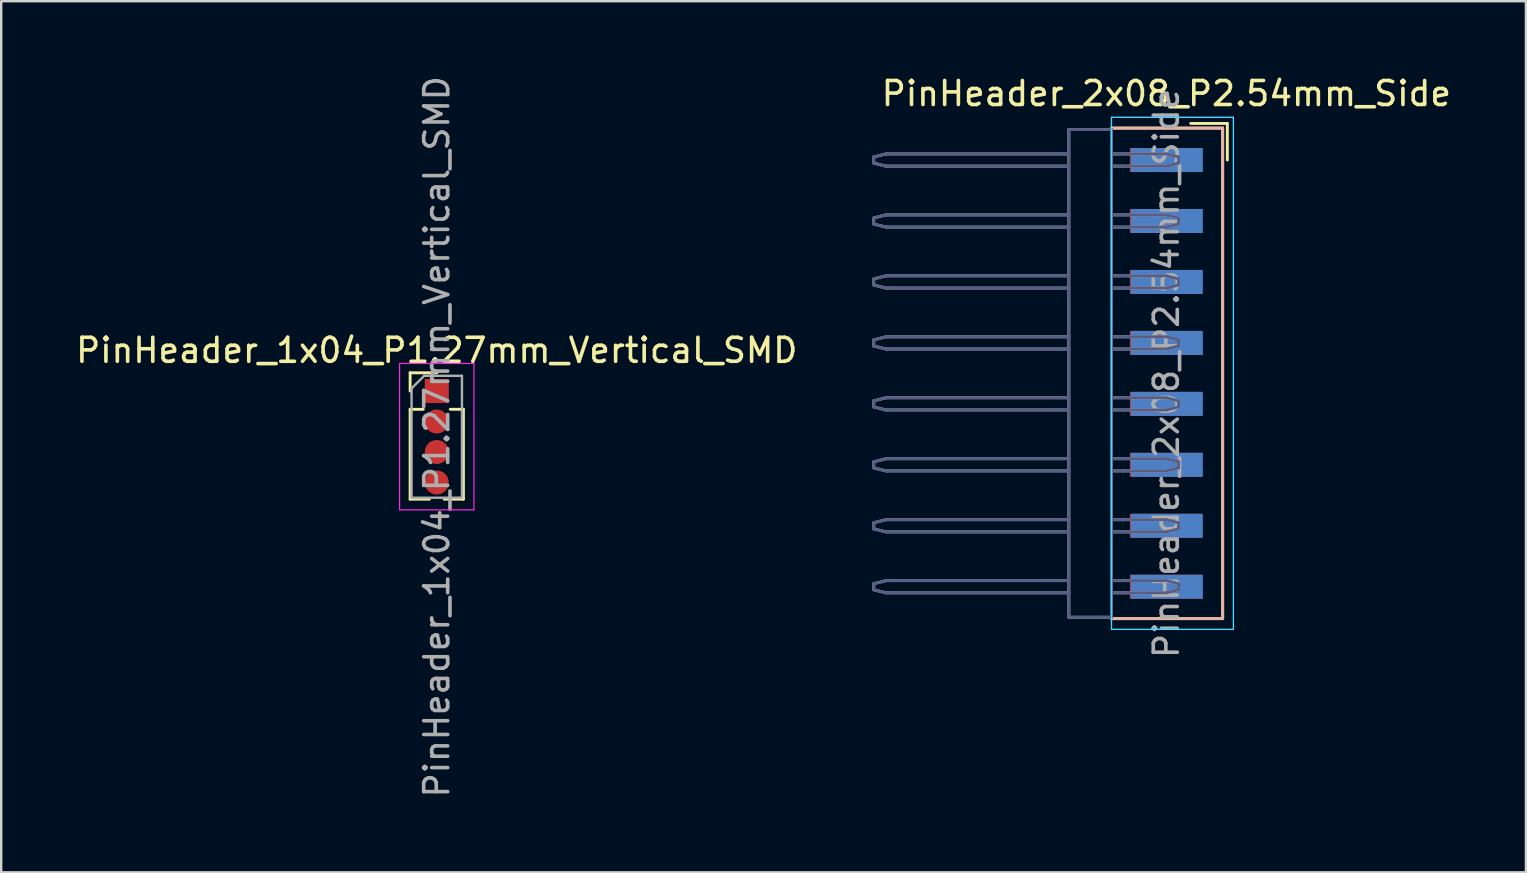
<source format=kicad_pcb>
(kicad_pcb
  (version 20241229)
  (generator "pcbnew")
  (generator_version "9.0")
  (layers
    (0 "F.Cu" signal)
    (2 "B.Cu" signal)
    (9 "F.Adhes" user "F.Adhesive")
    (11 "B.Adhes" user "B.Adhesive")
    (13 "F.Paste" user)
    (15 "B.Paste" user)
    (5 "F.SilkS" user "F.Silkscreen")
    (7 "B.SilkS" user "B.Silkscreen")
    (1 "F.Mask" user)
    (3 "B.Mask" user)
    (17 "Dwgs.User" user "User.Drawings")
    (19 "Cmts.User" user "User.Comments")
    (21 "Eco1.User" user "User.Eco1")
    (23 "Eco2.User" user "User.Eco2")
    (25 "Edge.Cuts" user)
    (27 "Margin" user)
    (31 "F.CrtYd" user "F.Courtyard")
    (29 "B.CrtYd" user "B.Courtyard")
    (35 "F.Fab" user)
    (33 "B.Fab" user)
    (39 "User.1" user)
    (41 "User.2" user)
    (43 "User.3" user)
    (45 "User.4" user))
  (footprint "PinHeader_1x04_P1.27mm_Vertical_SMD"
    (layer "F.Cu")
    (at 15.149 13.244)
    (property "Reference" "PinHeader_1x04_P1.27mm_Vertical_SMD" (at 0 -1.695 0) (layer "F.SilkS") (effects (font (size 1 1) (thickness 0.15))))
    (attr through_hole)
    (fp_line (start -1.11 -0.76) (end 0 -0.76) (stroke (width 0.12) (type solid)) (layer "F.SilkS"))
    (fp_line (start -1.11 0) (end -1.11 -0.76) (stroke (width 0.12) (type solid)) (layer "F.SilkS"))
    (fp_line (start -1.11 0.76) (end -1.11 4.505) (stroke (width 0.12) (type solid)) (layer "F.SilkS"))
    (fp_line (start -1.11 0.76) (end -0.563 0.76) (stroke (width 0.12) (type solid)) (layer "F.SilkS"))
    (fp_line (start -1.11 4.505) (end -0.308 4.505) (stroke (width 0.12) (type solid)) (layer "F.SilkS"))
    (fp_line (start 0.308 4.505) (end 1.11 4.505) (stroke (width 0.12) (type solid)) (layer "F.SilkS"))
    (fp_line (start 0.563 0.76) (end 1.11 0.76) (stroke (width 0.12) (type solid)) (layer "F.SilkS"))
    (fp_line (start 1.11 0.76) (end 1.11 4.505) (stroke (width 0.12) (type solid)) (layer "F.SilkS"))
    (fp_line (start -1.55 -1.15) (end -1.55 4.95) (stroke (width 0.05) (type solid)) (layer "F.CrtYd"))
    (fp_line (start -1.55 4.95) (end 1.55 4.95) (stroke (width 0.05) (type solid)) (layer "F.CrtYd"))
    (fp_line (start 1.55 -1.15) (end -1.55 -1.15) (stroke (width 0.05) (type solid)) (layer "F.CrtYd"))
    (fp_line (start 1.55 4.95) (end 1.55 -1.15) (stroke (width 0.05) (type solid)) (layer "F.CrtYd"))
    (fp_line (start -1.05 -0.11) (end -0.525 -0.635) (stroke (width 0.1) (type solid)) (layer "F.Fab"))
    (fp_line (start -1.05 4.445) (end -1.05 -0.11) (stroke (width 0.1) (type solid)) (layer "F.Fab"))
    (fp_line (start -0.525 -0.635) (end 1.05 -0.635) (stroke (width 0.1) (type solid)) (layer "F.Fab"))
    (fp_line (start 1.05 -0.635) (end 1.05 4.445) (stroke (width 0.1) (type solid)) (layer "F.Fab"))
    (fp_line (start 1.05 4.445) (end -1.05 4.445) (stroke (width 0.1) (type solid)) (layer "F.Fab"))
    (fp_text user "${REFERENCE}" (at 0 1.905 90) (layer "F.Fab") (effects (font (size 1 1) (thickness 0.15))))
    (pad "1" smd rect (at 0 0) (size 1 1) (layers "F.Cu" "F.Mask"))
    (pad "2" smd oval (at 0 1.27) (size 1 1) (layers "F.Cu" "F.Mask"))
    (pad "3" smd oval (at 0 2.54) (size 1 1) (layers "F.Cu" "F.Mask"))
    (pad "4" smd oval (at 0 3.81) (size 1 1) (layers "F.Cu" "F.Mask")))
  (footprint "PinHeader_2x08_P2.54mm_Side"
    (layer "F.Cu")
    (at 45.55 12.508)
    (property "Reference" "PinHeader_2x08_P2.54mm_Side" (at 0 -11.66 0) (layer "F.SilkS") (effects (font (size 1 1) (thickness 0.15))))
    (attr smd)
    (fp_line (start -2.286 -10.22) (end 2.346 -10.22) (stroke (width 0.12) (type solid)) (layer "F.SilkS"))
    (fp_line (start -2.286 10.22) (end 2.346 10.22) (stroke (width 0.12) (type solid)) (layer "F.SilkS"))
    (fp_line (start 1.016 -10.414) (end 2.54 -10.414) (stroke (width 0.12) (type solid)) (layer "F.SilkS"))
    (fp_line (start 2.346 -10.22) (end 2.346 10.22) (stroke (width 0.12) (type solid)) (layer "F.SilkS"))
    (fp_line (start 2.54 -8.89) (end 2.54 -10.414) (stroke (width 0.12) (type solid)) (layer "F.SilkS"))
    (fp_line (start -2.286 -10.22) (end 2.346 -10.22) (stroke (width 0.12) (type solid)) (layer "B.SilkS"))
    (fp_line (start -2.286 10.22) (end 2.346 10.22) (stroke (width 0.12) (type solid)) (layer "B.SilkS"))
    (fp_line (start 2.346 -10.22) (end 2.346 10.22) (stroke (width 0.12) (type solid)) (layer "B.SilkS"))
    (fp_line (start -2.286 -10.668) (end -2.286 10.668) (stroke (width 0.05) (type solid)) (layer "B.CrtYd"))
    (fp_line (start -2.286 10.668) (end 2.794 10.668) (stroke (width 0.05) (type solid)) (layer "B.CrtYd"))
    (fp_line (start 2.794 -10.668) (end -2.286 -10.668) (stroke (width 0.05) (type solid)) (layer "B.CrtYd"))
    (fp_line (start 2.794 10.668) (end 2.794 -10.668) (stroke (width 0.05) (type solid)) (layer "B.CrtYd"))
    (fp_line (start -2.286 -10.668) (end 2.794 -10.668) (stroke (width 0.05) (type solid)) (layer "F.CrtYd"))
    (fp_line (start -2.286 10.668) (end -2.286 -10.668) (stroke (width 0.05) (type solid)) (layer "F.CrtYd"))
    (fp_line (start 2.794 -10.668) (end 2.794 10.668) (stroke (width 0.05) (type solid)) (layer "F.CrtYd"))
    (fp_line (start 2.794 10.668) (end -2.286 10.668) (stroke (width 0.05) (type solid)) (layer "F.CrtYd"))
    (fp_line (start -12.192 -9.017) (end -12.192 -8.763) (stroke (width 0.12) (type solid)) (layer "B.Fab"))
    (fp_line (start -12.192 -9.017) (end -11.684 -9.144) (stroke (width 0.12) (type solid)) (layer "B.Fab"))
    (fp_line (start -12.192 -6.477) (end -12.192 -6.223) (stroke (width 0.12) (type solid)) (layer "B.Fab"))
    (fp_line (start -12.192 -6.477) (end -11.684 -6.604) (stroke (width 0.12) (type solid)) (layer "B.Fab"))
    (fp_line (start -12.192 -3.937) (end -12.192 -3.683) (stroke (width 0.12) (type solid)) (layer "B.Fab"))
    (fp_line (start -12.192 -3.937) (end -11.684 -4.064) (stroke (width 0.12) (type solid)) (layer "B.Fab"))
    (fp_line (start -12.192 -1.397) (end -12.192 -1.143) (stroke (width 0.12) (type solid)) (layer "B.Fab"))
    (fp_line (start -12.192 -1.397) (end -11.684 -1.524) (stroke (width 0.12) (type solid)) (layer "B.Fab"))
    (fp_line (start -12.192 1.143) (end -12.192 1.397) (stroke (width 0.12) (type solid)) (layer "B.Fab"))
    (fp_line (start -12.192 1.143) (end -11.684 1.016) (stroke (width 0.12) (type solid)) (layer "B.Fab"))
    (fp_line (start -12.192 3.683) (end -12.192 3.937) (stroke (width 0.12) (type solid)) (layer "B.Fab"))
    (fp_line (start -12.192 3.683) (end -11.684 3.556) (stroke (width 0.12) (type solid)) (layer "B.Fab"))
    (fp_line (start -12.192 6.223) (end -12.192 6.477) (stroke (width 0.12) (type solid)) (layer "B.Fab"))
    (fp_line (start -12.192 6.223) (end -11.684 6.096) (stroke (width 0.12) (type solid)) (layer "B.Fab"))
    (fp_line (start -12.192 8.763) (end -12.192 9.017) (stroke (width 0.12) (type solid)) (layer "B.Fab"))
    (fp_line (start -12.192 8.763) (end -11.684 8.636) (stroke (width 0.12) (type solid)) (layer "B.Fab"))
    (fp_line (start -11.684 -9.144) (end -4.064 -9.144) (stroke (width 0.12) (type solid)) (layer "B.Fab"))
    (fp_line (start -11.684 -8.636) (end -12.192 -8.763) (stroke (width 0.12) (type solid)) (layer "B.Fab"))
    (fp_line (start -11.684 -6.604) (end -4.064 -6.604) (stroke (width 0.12) (type solid)) (layer "B.Fab"))
    (fp_line (start -11.684 -6.096) (end -12.192 -6.223) (stroke (width 0.12) (type solid)) (layer "B.Fab"))
    (fp_line (start -11.684 -4.064) (end -4.064 -4.064) (stroke (width 0.12) (type solid)) (layer "B.Fab"))
    (fp_line (start -11.684 -3.556) (end -12.192 -3.683) (stroke (width 0.12) (type solid)) (layer "B.Fab"))
    (fp_line (start -11.684 -1.524) (end -4.064 -1.524) (stroke (width 0.12) (type solid)) (layer "B.Fab"))
    (fp_line (start -11.684 -1.016) (end -12.192 -1.143) (stroke (width 0.12) (type solid)) (layer "B.Fab"))
    (fp_line (start -11.684 1.016) (end -4.064 1.016) (stroke (width 0.12) (type solid)) (layer "B.Fab"))
    (fp_line (start -11.684 1.524) (end -12.192 1.397) (stroke (width 0.12) (type solid)) (layer "B.Fab"))
    (fp_line (start -11.684 3.556) (end -4.064 3.556) (stroke (width 0.12) (type solid)) (layer "B.Fab"))
    (fp_line (start -11.684 4.064) (end -12.192 3.937) (stroke (width 0.12) (type solid)) (layer "B.Fab"))
    (fp_line (start -11.684 6.096) (end -4.064 6.096) (stroke (width 0.12) (type solid)) (layer "B.Fab"))
    (fp_line (start -11.684 6.604) (end -12.192 6.477) (stroke (width 0.12) (type solid)) (layer "B.Fab"))
    (fp_line (start -11.684 8.636) (end -4.064 8.636) (stroke (width 0.12) (type solid)) (layer "B.Fab"))
    (fp_line (start -11.684 9.144) (end -12.192 9.017) (stroke (width 0.12) (type solid)) (layer "B.Fab"))
    (fp_line (start -4.064 -10.16) (end -4.064 10.16) (stroke (width 0.12) (type solid)) (layer "B.Fab"))
    (fp_line (start -4.064 -8.636) (end -11.684 -8.636) (stroke (width 0.12) (type solid)) (layer "B.Fab"))
    (fp_line (start -4.064 -6.096) (end -11.684 -6.096) (stroke (width 0.12) (type solid)) (layer "B.Fab"))
    (fp_line (start -4.064 -3.556) (end -11.684 -3.556) (stroke (width 0.12) (type solid)) (layer "B.Fab"))
    (fp_line (start -4.064 -1.016) (end -11.684 -1.016) (stroke (width 0.12) (type solid)) (layer "B.Fab"))
    (fp_line (start -4.064 1.524) (end -11.684 1.524) (stroke (width 0.12) (type solid)) (layer "B.Fab"))
    (fp_line (start -4.064 4.064) (end -11.684 4.064) (stroke (width 0.12) (type solid)) (layer "B.Fab"))
    (fp_line (start -4.064 6.604) (end -11.684 6.604) (stroke (width 0.12) (type solid)) (layer "B.Fab"))
    (fp_line (start -4.064 9.144) (end -11.684 9.144) (stroke (width 0.12) (type solid)) (layer "B.Fab"))
    (fp_line (start -2.286 -10.16) (end -4.064 -10.16) (stroke (width 0.12) (type solid)) (layer "B.Fab"))
    (fp_line (start -2.286 -9.144) (end 0 -9.144) (stroke (width 0.12) (type solid)) (layer "B.Fab"))
    (fp_line (start -2.286 -6.604) (end 0 -6.604) (stroke (width 0.12) (type solid)) (layer "B.Fab"))
    (fp_line (start -2.286 -4.064) (end 0 -4.064) (stroke (width 0.12) (type solid)) (layer "B.Fab"))
    (fp_line (start -2.286 -1.524) (end 0 -1.524) (stroke (width 0.12) (type solid)) (layer "B.Fab"))
    (fp_line (start -2.286 1.016) (end 0 1.016) (stroke (width 0.12) (type solid)) (layer "B.Fab"))
    (fp_line (start -2.286 3.556) (end 0 3.556) (stroke (width 0.12) (type solid)) (layer "B.Fab"))
    (fp_line (start -2.286 6.096) (end 0 6.096) (stroke (width 0.12) (type solid)) (layer "B.Fab"))
    (fp_line (start -2.286 8.636) (end 0 8.636) (stroke (width 0.12) (type solid)) (layer "B.Fab"))
    (fp_line (start -2.286 10.16) (end -4.064 10.16) (stroke (width 0.12) (type solid)) (layer "B.Fab"))
    (fp_line (start -2.286 10.16) (end -2.286 -10.16) (stroke (width 0.12) (type solid)) (layer "B.Fab"))
    (fp_line (start 0 -9.144) (end 0.508 -9.017) (stroke (width 0.12) (type solid)) (layer "B.Fab"))
    (fp_line (start 0 -8.636) (end -2.286 -8.636) (stroke (width 0.12) (type solid)) (layer "B.Fab"))
    (fp_line (start 0 -6.604) (end 0.508 -6.477) (stroke (width 0.12) (type solid)) (layer "B.Fab"))
    (fp_line (start 0 -6.096) (end -2.286 -6.096) (stroke (width 0.12) (type solid)) (layer "B.Fab"))
    (fp_line (start 0 -4.064) (end 0.508 -3.937) (stroke (width 0.12) (type solid)) (layer "B.Fab"))
    (fp_line (start 0 -3.556) (end -2.286 -3.556) (stroke (width 0.12) (type solid)) (layer "B.Fab"))
    (fp_line (start 0 -1.524) (end 0.508 -1.397) (stroke (width 0.12) (type solid)) (layer "B.Fab"))
    (fp_line (start 0 -1.016) (end -2.286 -1.016) (stroke (width 0.12) (type solid)) (layer "B.Fab"))
    (fp_line (start 0 1.016) (end 0.508 1.143) (stroke (width 0.12) (type solid)) (layer "B.Fab"))
    (fp_line (start 0 1.524) (end -2.286 1.524) (stroke (width 0.12) (type solid)) (layer "B.Fab"))
    (fp_line (start 0 3.556) (end 0.508 3.683) (stroke (width 0.12) (type solid)) (layer "B.Fab"))
    (fp_line (start 0 4.064) (end -2.286 4.064) (stroke (width 0.12) (type solid)) (layer "B.Fab"))
    (fp_line (start 0 6.096) (end 0.508 6.223) (stroke (width 0.12) (type solid)) (layer "B.Fab"))
    (fp_line (start 0 6.604) (end -2.286 6.604) (stroke (width 0.12) (type solid)) (layer "B.Fab"))
    (fp_line (start 0 8.636) (end 0.508 8.763) (stroke (width 0.12) (type solid)) (layer "B.Fab"))
    (fp_line (start 0 9.144) (end -2.286 9.144) (stroke (width 0.12) (type solid)) (layer "B.Fab"))
    (fp_line (start 0.508 -8.763) (end 0 -8.636) (stroke (width 0.12) (type solid)) (layer "B.Fab"))
    (fp_line (start 0.508 -8.763) (end 0.508 -9.017) (stroke (width 0.12) (type solid)) (layer "B.Fab"))
    (fp_line (start 0.508 -6.223) (end 0 -6.096) (stroke (width 0.12) (type solid)) (layer "B.Fab"))
    (fp_line (start 0.508 -6.223) (end 0.508 -6.477) (stroke (width 0.12) (type solid)) (layer "B.Fab"))
    (fp_line (start 0.508 -3.683) (end 0 -3.556) (stroke (width 0.12) (type solid)) (layer "B.Fab"))
    (fp_line (start 0.508 -3.683) (end 0.508 -3.937) (stroke (width 0.12) (type solid)) (layer "B.Fab"))
    (fp_line (start 0.508 -1.143) (end 0 -1.016) (stroke (width 0.12) (type solid)) (layer "B.Fab"))
    (fp_line (start 0.508 -1.143) (end 0.508 -1.397) (stroke (width 0.12) (type solid)) (layer "B.Fab"))
    (fp_line (start 0.508 1.397) (end 0 1.524) (stroke (width 0.12) (type solid)) (layer "B.Fab"))
    (fp_line (start 0.508 1.397) (end 0.508 1.143) (stroke (width 0.12) (type solid)) (layer "B.Fab"))
    (fp_line (start 0.508 3.937) (end 0 4.064) (stroke (width 0.12) (type solid)) (layer "B.Fab"))
    (fp_line (start 0.508 3.937) (end 0.508 3.683) (stroke (width 0.12) (type solid)) (layer "B.Fab"))
    (fp_line (start 0.508 6.477) (end 0 6.604) (stroke (width 0.12) (type solid)) (layer "B.Fab"))
    (fp_line (start 0.508 6.477) (end 0.508 6.223) (stroke (width 0.12) (type solid)) (layer "B.Fab"))
    (fp_line (start 0.508 9.017) (end 0 9.144) (stroke (width 0.12) (type solid)) (layer "B.Fab"))
    (fp_line (start 0.508 9.017) (end 0.508 8.763) (stroke (width 0.12) (type solid)) (layer "B.Fab"))
    (fp_line (start -12.192 -8.763) (end -12.192 -9.017) (stroke (width 0.12) (type solid)) (layer "F.Fab"))
    (fp_line (start -12.192 -8.763) (end -11.684 -8.636) (stroke (width 0.12) (type solid)) (layer "F.Fab"))
    (fp_line (start -12.192 -6.223) (end -12.192 -6.477) (stroke (width 0.12) (type solid)) (layer "F.Fab"))
    (fp_line (start -12.192 -6.223) (end -11.684 -6.096) (stroke (width 0.12) (type solid)) (layer "F.Fab"))
    (fp_line (start -12.192 -3.683) (end -12.192 -3.937) (stroke (width 0.12) (type solid)) (layer "F.Fab"))
    (fp_line (start -12.192 -3.683) (end -11.684 -3.556) (stroke (width 0.12) (type solid)) (layer "F.Fab"))
    (fp_line (start -12.192 -1.143) (end -12.192 -1.397) (stroke (width 0.12) (type solid)) (layer "F.Fab"))
    (fp_line (start -12.192 -1.143) (end -11.684 -1.016) (stroke (width 0.12) (type solid)) (layer "F.Fab"))
    (fp_line (start -12.192 1.397) (end -12.192 1.143) (stroke (width 0.12) (type solid)) (layer "F.Fab"))
    (fp_line (start -12.192 1.397) (end -11.684 1.524) (stroke (width 0.12) (type solid)) (layer "F.Fab"))
    (fp_line (start -12.192 3.937) (end -12.192 3.683) (stroke (width 0.12) (type solid)) (layer "F.Fab"))
    (fp_line (start -12.192 3.937) (end -11.684 4.064) (stroke (width 0.12) (type solid)) (layer "F.Fab"))
    (fp_line (start -12.192 6.477) (end -12.192 6.223) (stroke (width 0.12) (type solid)) (layer "F.Fab"))
    (fp_line (start -12.192 6.477) (end -11.684 6.604) (stroke (width 0.12) (type solid)) (layer "F.Fab"))
    (fp_line (start -12.192 9.017) (end -12.192 8.763) (stroke (width 0.12) (type solid)) (layer "F.Fab"))
    (fp_line (start -12.192 9.017) (end -11.684 9.144) (stroke (width 0.12) (type solid)) (layer "F.Fab"))
    (fp_line (start -11.684 -9.144) (end -12.192 -9.017) (stroke (width 0.12) (type solid)) (layer "F.Fab"))
    (fp_line (start -11.684 -8.636) (end -4.064 -8.636) (stroke (width 0.12) (type solid)) (layer "F.Fab"))
    (fp_line (start -11.684 -6.604) (end -12.192 -6.477) (stroke (width 0.12) (type solid)) (layer "F.Fab"))
    (fp_line (start -11.684 -6.096) (end -4.064 -6.096) (stroke (width 0.12) (type solid)) (layer "F.Fab"))
    (fp_line (start -11.684 -4.064) (end -12.192 -3.937) (stroke (width 0.12) (type solid)) (layer "F.Fab"))
    (fp_line (start -11.684 -3.556) (end -4.064 -3.556) (stroke (width 0.12) (type solid)) (layer "F.Fab"))
    (fp_line (start -11.684 -1.524) (end -12.192 -1.397) (stroke (width 0.12) (type solid)) (layer "F.Fab"))
    (fp_line (start -11.684 -1.016) (end -4.064 -1.016) (stroke (width 0.12) (type solid)) (layer "F.Fab"))
    (fp_line (start -11.684 1.016) (end -12.192 1.143) (stroke (width 0.12) (type solid)) (layer "F.Fab"))
    (fp_line (start -11.684 1.524) (end -4.064 1.524) (stroke (width 0.12) (type solid)) (layer "F.Fab"))
    (fp_line (start -11.684 3.556) (end -12.192 3.683) (stroke (width 0.12) (type solid)) (layer "F.Fab"))
    (fp_line (start -11.684 4.064) (end -4.064 4.064) (stroke (width 0.12) (type solid)) (layer "F.Fab"))
    (fp_line (start -11.684 6.096) (end -12.192 6.223) (stroke (width 0.12) (type solid)) (layer "F.Fab"))
    (fp_line (start -11.684 6.604) (end -4.064 6.604) (stroke (width 0.12) (type solid)) (layer "F.Fab"))
    (fp_line (start -11.684 8.636) (end -12.192 8.763) (stroke (width 0.12) (type solid)) (layer "F.Fab"))
    (fp_line (start -11.684 9.144) (end -4.064 9.144) (stroke (width 0.12) (type solid)) (layer "F.Fab"))
    (fp_line (start -4.064 -10.16) (end -2.286 -10.16) (stroke (width 0.12) (type solid)) (layer "F.Fab"))
    (fp_line (start -4.064 -9.144) (end -11.684 -9.144) (stroke (width 0.12) (type solid)) (layer "F.Fab"))
    (fp_line (start -4.064 -6.604) (end -11.684 -6.604) (stroke (width 0.12) (type solid)) (layer "F.Fab"))
    (fp_line (start -4.064 -4.064) (end -11.684 -4.064) (stroke (width 0.12) (type solid)) (layer "F.Fab"))
    (fp_line (start -4.064 -1.524) (end -11.684 -1.524) (stroke (width 0.12) (type solid)) (layer "F.Fab"))
    (fp_line (start -4.064 1.016) (end -11.684 1.016) (stroke (width 0.12) (type solid)) (layer "F.Fab"))
    (fp_line (start -4.064 3.556) (end -11.684 3.556) (stroke (width 0.12) (type solid)) (layer "F.Fab"))
    (fp_line (start -4.064 6.096) (end -11.684 6.096) (stroke (width 0.12) (type solid)) (layer "F.Fab"))
    (fp_line (start -4.064 8.636) (end -11.684 8.636) (stroke (width 0.12) (type solid)) (layer "F.Fab"))
    (fp_line (start -4.064 10.16) (end -4.064 -10.16) (stroke (width 0.12) (type solid)) (layer "F.Fab"))
    (fp_line (start -4.064 10.16) (end -2.286 10.16) (stroke (width 0.12) (type solid)) (layer "F.Fab"))
    (fp_line (start -2.286 -10.16) (end -2.286 10.16) (stroke (width 0.12) (type solid)) (layer "F.Fab"))
    (fp_line (start -2.286 -8.636) (end 0 -8.636) (stroke (width 0.12) (type solid)) (layer "F.Fab"))
    (fp_line (start -2.286 -6.096) (end 0 -6.096) (stroke (width 0.12) (type solid)) (layer "F.Fab"))
    (fp_line (start -2.286 -3.556) (end 0 -3.556) (stroke (width 0.12) (type solid)) (layer "F.Fab"))
    (fp_line (start -2.286 -1.016) (end 0 -1.016) (stroke (width 0.12) (type solid)) (layer "F.Fab"))
    (fp_line (start -2.286 1.524) (end 0 1.524) (stroke (width 0.12) (type solid)) (layer "F.Fab"))
    (fp_line (start -2.286 4.064) (end 0 4.064) (stroke (width 0.12) (type solid)) (layer "F.Fab"))
    (fp_line (start -2.286 6.604) (end 0 6.604) (stroke (width 0.12) (type solid)) (layer "F.Fab"))
    (fp_line (start -2.286 9.144) (end 0 9.144) (stroke (width 0.12) (type solid)) (layer "F.Fab"))
    (fp_line (start 0 -9.144) (end -2.286 -9.144) (stroke (width 0.12) (type solid)) (layer "F.Fab"))
    (fp_line (start 0 -8.636) (end 0.508 -8.763) (stroke (width 0.12) (type solid)) (layer "F.Fab"))
    (fp_line (start 0 -6.604) (end -2.286 -6.604) (stroke (width 0.12) (type solid)) (layer "F.Fab"))
    (fp_line (start 0 -6.096) (end 0.508 -6.223) (stroke (width 0.12) (type solid)) (layer "F.Fab"))
    (fp_line (start 0 -4.064) (end -2.286 -4.064) (stroke (width 0.12) (type solid)) (layer "F.Fab"))
    (fp_line (start 0 -3.556) (end 0.508 -3.683) (stroke (width 0.12) (type solid)) (layer "F.Fab"))
    (fp_line (start 0 -1.524) (end -2.286 -1.524) (stroke (width 0.12) (type solid)) (layer "F.Fab"))
    (fp_line (start 0 -1.016) (end 0.508 -1.143) (stroke (width 0.12) (type solid)) (layer "F.Fab"))
    (fp_line (start 0 1.016) (end -2.286 1.016) (stroke (width 0.12) (type solid)) (layer "F.Fab"))
    (fp_line (start 0 1.524) (end 0.508 1.397) (stroke (width 0.12) (type solid)) (layer "F.Fab"))
    (fp_line (start 0 3.556) (end -2.286 3.556) (stroke (width 0.12) (type solid)) (layer "F.Fab"))
    (fp_line (start 0 4.064) (end 0.508 3.937) (stroke (width 0.12) (type solid)) (layer "F.Fab"))
    (fp_line (start 0 6.096) (end -2.286 6.096) (stroke (width 0.12) (type solid)) (layer "F.Fab"))
    (fp_line (start 0 6.604) (end 0.508 6.477) (stroke (width 0.12) (type solid)) (layer "F.Fab"))
    (fp_line (start 0 8.636) (end -2.286 8.636) (stroke (width 0.12) (type solid)) (layer "F.Fab"))
    (fp_line (start 0 9.144) (end 0.508 9.017) (stroke (width 0.12) (type solid)) (layer "F.Fab"))
    (fp_line (start 0.508 -9.017) (end 0 -9.144) (stroke (width 0.12) (type solid)) (layer "F.Fab"))
    (fp_line (start 0.508 -9.017) (end 0.508 -8.763) (stroke (width 0.12) (type solid)) (layer "F.Fab"))
    (fp_line (start 0.508 -6.477) (end 0 -6.604) (stroke (width 0.12) (type solid)) (layer "F.Fab"))
    (fp_line (start 0.508 -6.477) (end 0.508 -6.223) (stroke (width 0.12) (type solid)) (layer "F.Fab"))
    (fp_line (start 0.508 -3.937) (end 0 -4.064) (stroke (width 0.12) (type solid)) (layer "F.Fab"))
    (fp_line (start 0.508 -3.937) (end 0.508 -3.683) (stroke (width 0.12) (type solid)) (layer "F.Fab"))
    (fp_line (start 0.508 -1.397) (end 0 -1.524) (stroke (width 0.12) (type solid)) (layer "F.Fab"))
    (fp_line (start 0.508 -1.397) (end 0.508 -1.143) (stroke (width 0.12) (type solid)) (layer "F.Fab"))
    (fp_line (start 0.508 1.143) (end 0 1.016) (stroke (width 0.12) (type solid)) (layer "F.Fab"))
    (fp_line (start 0.508 1.143) (end 0.508 1.397) (stroke (width 0.12) (type solid)) (layer "F.Fab"))
    (fp_line (start 0.508 3.683) (end 0 3.556) (stroke (width 0.12) (type solid)) (layer "F.Fab"))
    (fp_line (start 0.508 3.683) (end 0.508 3.937) (stroke (width 0.12) (type solid)) (layer "F.Fab"))
    (fp_line (start 0.508 6.223) (end 0 6.096) (stroke (width 0.12) (type solid)) (layer "F.Fab"))
    (fp_line (start 0.508 6.223) (end 0.508 6.477) (stroke (width 0.12) (type solid)) (layer "F.Fab"))
    (fp_line (start 0.508 8.763) (end 0 8.636) (stroke (width 0.12) (type solid)) (layer "F.Fab"))
    (fp_line (start 0.508 8.763) (end 0.508 9.017) (stroke (width 0.12) (type solid)) (layer "F.Fab"))
    (fp_text user "${REFERENCE}" (at 0 0 90) (layer "F.Fab") (effects (font (size 1 1) (thickness 0.15))))
    (pad "1" smd rect (at -0.02 -8.89) (size 3 1) (layers "F.Cu" "F.Mask" "F.Paste"))
    (pad "2" smd rect (at 0.02 -8.89) (size 3 1) (layers "B.Cu" "B.Mask" "B.Paste"))
    (pad "3" smd rect (at -0.02 -6.35) (size 3 1) (layers "F.Cu" "F.Mask" "F.Paste"))
    (pad "4" smd rect (at 0.02 -6.35) (size 3 1) (layers "B.Cu" "B.Mask" "B.Paste"))
    (pad "5" smd rect (at -0.02 -3.81) (size 3 1) (layers "F.Cu" "F.Mask" "F.Paste"))
    (pad "6" smd rect (at 0.02 -3.81) (size 3 1) (layers "B.Cu" "B.Mask" "B.Paste"))
    (pad "7" smd rect (at -0.02 -1.27) (size 3 1) (layers "F.Cu" "F.Mask" "F.Paste"))
    (pad "8" smd rect (at 0.02 -1.27) (size 3 1) (layers "B.Cu" "B.Mask" "B.Paste"))
    (pad "9" smd rect (at -0.02 1.27) (size 3 1) (layers "F.Cu" "F.Mask" "F.Paste"))
    (pad "10" smd rect (at 0.02 1.27) (size 3 1) (layers "B.Cu" "B.Mask" "B.Paste"))
    (pad "11" smd rect (at -0.02 3.81) (size 3 1) (layers "F.Cu" "F.Mask" "F.Paste"))
    (pad "12" smd rect (at 0.02 3.81) (size 3 1) (layers "B.Cu" "B.Mask" "B.Paste"))
    (pad "13" smd rect (at -0.02 6.35) (size 3 1) (layers "F.Cu" "F.Mask" "F.Paste"))
    (pad "14" smd rect (at 0.02 6.35) (size 3 1) (layers "B.Cu" "B.Mask" "B.Paste"))
    (pad "15" smd rect (at -0.02 8.89) (size 3 1) (layers "F.Cu" "F.Mask" "F.Paste"))
    (pad "16" smd rect (at 0.02 8.89) (size 3 1) (layers "B.Cu" "B.Mask" "B.Paste")))
  (gr_rect
    (start -3 -3)
    (end 60.532 33.298)
    (stroke (width 0.1) (type default))
    (fill no)
    (layer "Edge.Cuts")))
</source>
